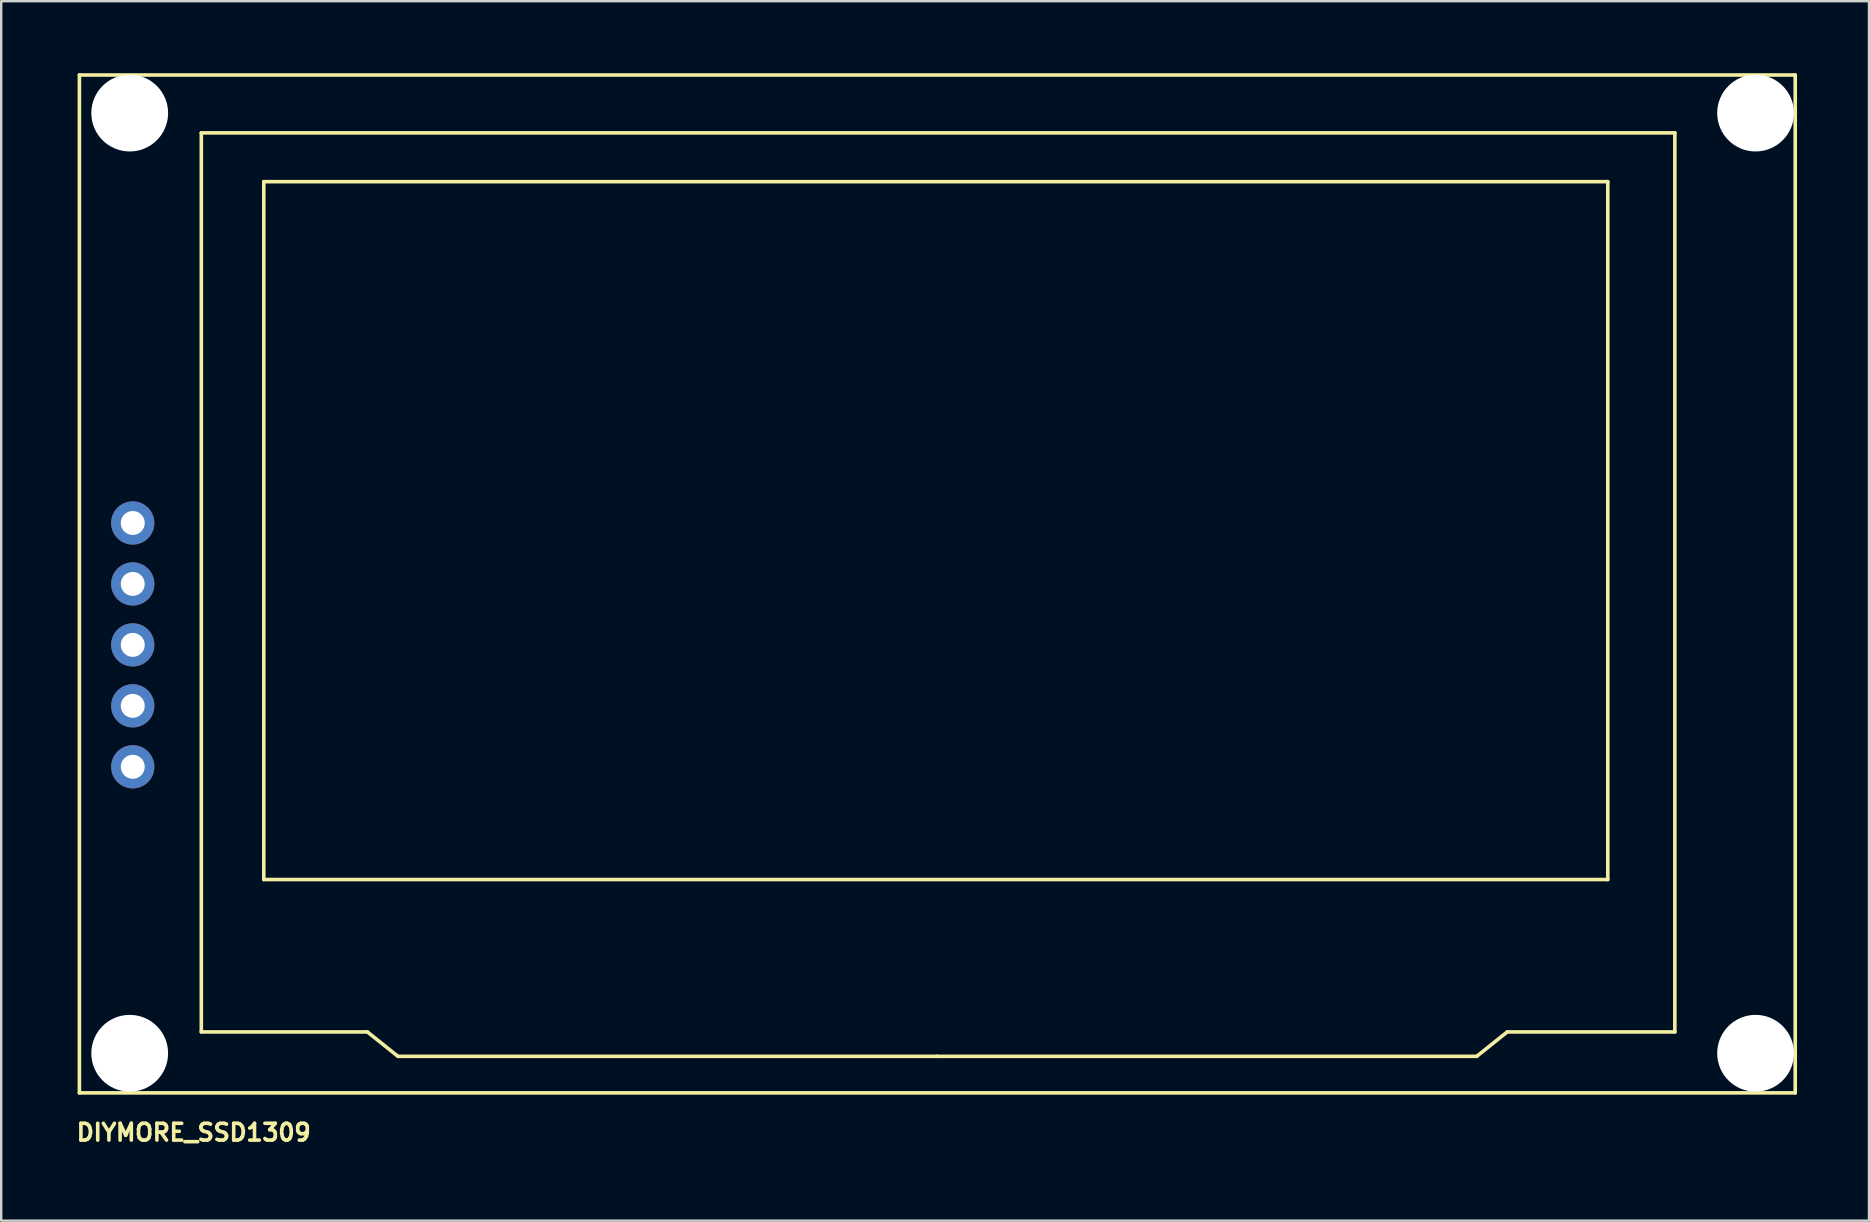
<source format=kicad_pcb>
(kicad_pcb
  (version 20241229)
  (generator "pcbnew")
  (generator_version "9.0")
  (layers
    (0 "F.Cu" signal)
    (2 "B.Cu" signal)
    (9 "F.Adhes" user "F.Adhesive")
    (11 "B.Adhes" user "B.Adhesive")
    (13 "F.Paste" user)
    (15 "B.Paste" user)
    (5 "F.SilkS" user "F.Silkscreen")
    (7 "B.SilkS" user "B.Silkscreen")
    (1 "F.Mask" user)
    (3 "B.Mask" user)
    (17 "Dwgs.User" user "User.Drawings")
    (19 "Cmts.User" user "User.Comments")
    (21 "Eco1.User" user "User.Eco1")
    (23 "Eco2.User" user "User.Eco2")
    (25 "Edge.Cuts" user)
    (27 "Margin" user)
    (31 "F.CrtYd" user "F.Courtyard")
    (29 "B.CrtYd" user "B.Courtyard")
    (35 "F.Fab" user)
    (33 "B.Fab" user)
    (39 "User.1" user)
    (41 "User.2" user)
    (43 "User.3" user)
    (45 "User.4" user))
  (footprint "DIYMORE_SSD1309"
    (layer "F.Cu")
    (at 36.01 21.284)
    (property "Reference" "DIYMORE_SSD1309" (at -30.988 22.86 0) (layer "F.SilkS") (effects (font (size 0.7 0.7) (thickness 0.15))))
    (attr through_hole)
    (fp_line (start -35.751 -21.209) (end -35.751 21.209) (stroke (width 0.15) (type solid)) (layer "F.SilkS"))
    (fp_line (start -35.751 -21.209) (end 35.751 -21.209) (stroke (width 0.15) (type solid)) (layer "F.SilkS"))
    (fp_line (start -35.751 21.209) (end 35.751 21.209) (stroke (width 0.15) (type solid)) (layer "F.SilkS"))
    (fp_line (start -30.671 18.669) (end -30.671 -18.796) (stroke (width 0.15) (type solid)) (layer "F.SilkS"))
    (fp_line (start -30.671 18.669) (end -23.749 18.669) (stroke (width 0.15) (type solid)) (layer "F.SilkS"))
    (fp_line (start -28.067 -16.764) (end 27.94 -16.764) (stroke (width 0.15) (type solid)) (layer "F.SilkS"))
    (fp_line (start -28.067 12.319) (end -28.067 -16.764) (stroke (width 0.15) (type solid)) (layer "F.SilkS"))
    (fp_line (start -23.749 18.669) (end -22.479 19.685) (stroke (width 0.15) (type solid)) (layer "F.SilkS"))
    (fp_line (start 0 19.685) (end -22.479 19.685) (stroke (width 0.15) (type solid)) (layer "F.SilkS"))
    (fp_line (start 0 19.685) (end 22.479 19.685) (stroke (width 0.15) (type solid)) (layer "F.SilkS"))
    (fp_line (start 22.479 19.685) (end 23.749 18.669) (stroke (width 0.15) (type solid)) (layer "F.SilkS"))
    (fp_line (start 27.94 -16.764) (end 27.94 12.319) (stroke (width 0.15) (type solid)) (layer "F.SilkS"))
    (fp_line (start 27.94 12.319) (end -28.067 12.319) (stroke (width 0.15) (type solid)) (layer "F.SilkS"))
    (fp_line (start 30.734 -18.796) (end -30.671 -18.796) (stroke (width 0.15) (type solid)) (layer "F.SilkS"))
    (fp_line (start 30.734 18.669) (end 23.749 18.669) (stroke (width 0.15) (type solid)) (layer "F.SilkS"))
    (fp_line (start 30.734 18.669) (end 30.734 -18.796) (stroke (width 0.15) (type solid)) (layer "F.SilkS"))
    (fp_line (start 35.751 -21.209) (end 35.751 21.209) (stroke (width 0.15) (type solid)) (layer "F.SilkS"))
    (pad "" np_thru_hole circle (at -33.655 -19.622) (size 3.2 3.2) (drill 3.2) (layers "*.Cu" "*.Mask"))
    (pad "" np_thru_hole circle (at -33.655 19.558) (size 3.2 3.2) (drill 3.2) (layers "*.Cu" "*.Mask"))
    (pad "" np_thru_hole circle (at 34.099 -19.622) (size 3.2 3.2) (drill 3.2) (layers "*.Cu" "*.Mask"))
    (pad "" np_thru_hole circle (at 34.099 19.558) (size 3.2 3.2) (drill 3.2) (layers "*.Cu" "*.Mask"))
    (pad "1" thru_hole circle (at -33.528 7.62 180) (size 1.8 1.8) (drill 1) (layers "*.Cu" "*.Mask"))
    (pad "2" thru_hole circle (at -33.528 5.08 180) (size 1.8 1.8) (drill 1) (layers "*.Cu" "*.Mask"))
    (pad "3" thru_hole circle (at -33.528 2.54 180) (size 1.8 1.8) (drill 1) (layers "*.Cu" "*.Mask"))
    (pad "4" thru_hole circle (at -33.528 0 180) (size 1.8 1.8) (drill 1) (layers "*.Cu" "*.Mask"))
    (pad "5" thru_hole circle (at -33.528 -2.54 180) (size 1.8 1.8) (drill 1) (layers "*.Cu" "*.Mask")))
  (gr_rect
    (start -3 -3)
    (end 74.835 47.817)
    (stroke (width 0.1) (type default))
    (fill no)
    (layer "Edge.Cuts")))
</source>
